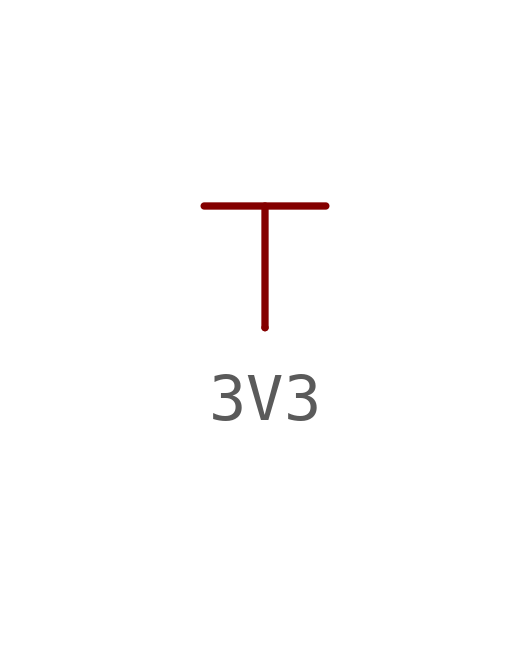
<source format=kicad_sym>
(kicad_symbol_lib
  (version 20231120)
  (generator "kicad_symbol_editor")
  (generator_version "8.0")
  (symbol "3V3"
    (power)
    (pin_numbers hide)
    (pin_names hide)
    (property "Reference" "#PWR"
      (at 0 0 0)
      (effects (font (size 1.27 1.27)) (hide yes)))
    (symbol "3V3_1_0"
      (polyline (pts (xy -1.27 2.54) (xy 1.27 2.54)) (stroke (width 0) (type default)) (fill (type none)))
      (polyline (pts (xy 0 2.54) (xy 0 0)) (stroke (width 0) (type default)) (fill (type none)))
      (pin power_in line (at 0 0 0) (length 0) (name "" (effects (font (size 1.27 1.27)))) (number "1" (effects (font (size 0 0))))))))
</source>
